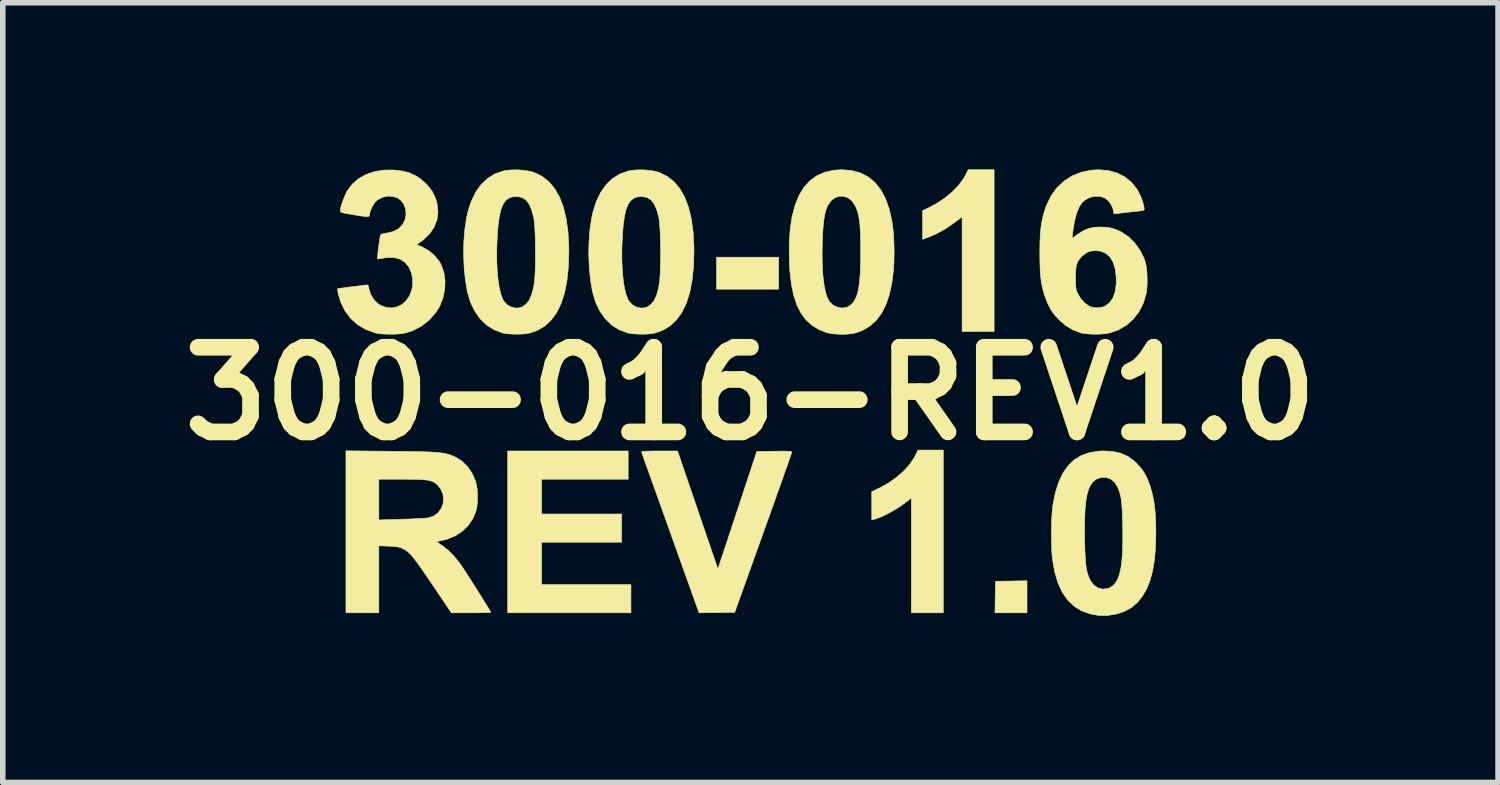
<source format=kicad_pcb>
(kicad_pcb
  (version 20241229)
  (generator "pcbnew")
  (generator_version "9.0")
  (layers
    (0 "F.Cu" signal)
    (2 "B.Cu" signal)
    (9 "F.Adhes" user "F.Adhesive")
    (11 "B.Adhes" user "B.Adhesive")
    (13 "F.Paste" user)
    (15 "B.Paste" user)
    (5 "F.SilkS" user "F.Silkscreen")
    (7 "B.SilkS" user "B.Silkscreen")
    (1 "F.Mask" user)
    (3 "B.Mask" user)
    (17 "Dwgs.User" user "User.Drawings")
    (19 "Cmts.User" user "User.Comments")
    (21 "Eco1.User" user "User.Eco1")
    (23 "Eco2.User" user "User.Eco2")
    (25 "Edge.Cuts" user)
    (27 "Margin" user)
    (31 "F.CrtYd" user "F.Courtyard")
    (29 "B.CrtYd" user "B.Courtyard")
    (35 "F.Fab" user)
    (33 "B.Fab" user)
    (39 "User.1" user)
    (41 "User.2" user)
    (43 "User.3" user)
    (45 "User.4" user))
  (footprint "300-016-REV1.0"
    (layer "F.Cu")
    (at 10.458 4.035)
    (property "Reference" "300-016-REV1.0" (at 0 0 0) (layer "F.SilkS") (effects (font (size 1.524 1.524) (thickness 0.3))))
    (attr through_hole)
    (fp_poly (pts (xy 0.508 -1.88) (xy -0.61 -1.88) (xy -0.61 -2.455) (xy 0.508 -2.455) (xy 0.508 -1.88)) (stroke (width 0.01) (type solid)) (fill yes) (layer "F.SilkS"))
    (fp_poly (pts (xy 4.978 3.945) (xy 4.402 3.945) (xy 4.406 3.662) (xy 4.411 3.378) (xy 4.695 3.374) (xy 4.978 3.369) (xy 4.978 3.945)) (stroke (width 0.01) (type solid)) (fill yes) (layer "F.SilkS"))
    (fp_poly (pts (xy -2.201 1.541) (xy -3.759 1.541) (xy -3.759 2.167) (xy -2.32 2.167) (xy -2.32 2.675) (xy -3.759 2.675) (xy -3.759 3.437) (xy -2.151 3.437) (xy -2.151 3.945) (xy -4.369 3.945) (xy -4.369 1.033) (xy -2.201 1.033) (xy -2.201 1.541)) (stroke (width 0.01) (type solid)) (fill yes) (layer "F.SilkS"))
    (fp_poly (pts (xy 4.386 -1.118) (xy 3.81 -1.118) (xy 3.81 -3.181) (xy 3.67 -3.077) (xy 3.507 -2.965) (xy 3.347 -2.877) (xy 3.21 -2.819) (xy 3.099 -2.777) (xy 3.099 -3.294) (xy 3.213 -3.348) (xy 3.368 -3.432) (xy 3.513 -3.531) (xy 3.644 -3.641) (xy 3.754 -3.758) (xy 3.839 -3.875) (xy 3.862 -3.916) (xy 3.92 -4.03) (xy 4.153 -4.03) (xy 4.386 -4.03) (xy 4.386 -1.118)) (stroke (width 0.01) (type solid)) (fill yes) (layer "F.SilkS"))
    (fp_poly (pts (xy 3.471 3.945) (xy 2.896 3.945) (xy 2.896 1.879) (xy 2.79 1.961) (xy 2.692 2.032) (xy 2.582 2.1) (xy 2.468 2.163) (xy 2.36 2.215) (xy 2.266 2.251) (xy 2.231 2.261) (xy 2.184 2.273) (xy 2.184 1.765) (xy 2.312 1.704) (xy 2.474 1.616) (xy 2.623 1.512) (xy 2.756 1.397) (xy 2.866 1.276) (xy 2.948 1.153) (xy 2.962 1.127) (xy 3.016 1.016) (xy 3.471 1.016) (xy 3.471 3.945)) (stroke (width 0.01) (type solid)) (fill yes) (layer "F.SilkS"))
    (fp_poly (pts (xy -1.312 1.033) (xy -1.103 1.647) (xy -1.047 1.809) (xy -0.988 1.983) (xy -0.927 2.161) (xy -0.868 2.335) (xy -0.812 2.497) (xy -0.764 2.639) (xy -0.739 2.709) (xy -0.586 3.158) (xy -0.235 2.1) (xy 0.115 1.041) (xy 0.43 1.037) (xy 0.545 1.036) (xy 0.63 1.036) (xy 0.689 1.038) (xy 0.725 1.042) (xy 0.742 1.049) (xy 0.744 1.054) (xy 0.739 1.073) (xy 0.722 1.121) (xy 0.696 1.196) (xy 0.661 1.297) (xy 0.617 1.42) (xy 0.567 1.564) (xy 0.509 1.726) (xy 0.446 1.903) (xy 0.378 2.094) (xy 0.305 2.297) (xy 0.23 2.506) (xy -0.283 3.937) (xy -0.604 3.942) (xy -0.925 3.946) (xy -1.438 2.512) (xy -1.513 2.3) (xy -1.586 2.098) (xy -1.654 1.907) (xy -1.718 1.729) (xy -1.776 1.567) (xy -1.827 1.423) (xy -1.872 1.299) (xy -1.908 1.199) (xy -1.935 1.123) (xy -1.952 1.074) (xy -1.959 1.055) (xy -1.959 1.055) (xy -1.956 1.047) (xy -1.938 1.041) (xy -1.902 1.037) (xy -1.842 1.035) (xy -1.756 1.033) (xy -1.641 1.033) (xy -1.64 1.033) (xy -1.312 1.033)) (stroke (width 0.01) (type solid)) (fill yes) (layer "F.SilkS"))
    (fp_poly (pts (xy 1.824 -4.015) (xy 1.982 -3.972) (xy 2.121 -3.899) (xy 2.242 -3.799) (xy 2.345 -3.67) (xy 2.43 -3.512) (xy 2.497 -3.326) (xy 2.545 -3.112) (xy 2.549 -3.091) (xy 2.57 -2.927) (xy 2.582 -2.742) (xy 2.587 -2.548) (xy 2.583 -2.358) (xy 2.575 -2.227) (xy 2.545 -1.988) (xy 2.499 -1.779) (xy 2.437 -1.598) (xy 2.359 -1.444) (xy 2.263 -1.317) (xy 2.149 -1.216) (xy 2.017 -1.138) (xy 1.898 -1.094) (xy 1.809 -1.077) (xy 1.701 -1.068) (xy 1.586 -1.069) (xy 1.475 -1.078) (xy 1.383 -1.095) (xy 1.368 -1.099) (xy 1.225 -1.157) (xy 1.101 -1.235) (xy 0.995 -1.333) (xy 0.907 -1.454) (xy 0.835 -1.598) (xy 0.779 -1.768) (xy 0.738 -1.965) (xy 0.711 -2.191) (xy 0.699 -2.405) (xy 0.699 -2.49) (xy 1.29 -2.49) (xy 1.294 -2.29) (xy 1.306 -2.11) (xy 1.326 -1.954) (xy 1.352 -1.824) (xy 1.385 -1.722) (xy 1.425 -1.652) (xy 1.425 -1.651) (xy 1.492 -1.589) (xy 1.572 -1.552) (xy 1.658 -1.54) (xy 1.74 -1.556) (xy 1.758 -1.565) (xy 1.812 -1.601) (xy 1.858 -1.65) (xy 1.895 -1.715) (xy 1.926 -1.798) (xy 1.949 -1.901) (xy 1.966 -2.028) (xy 1.977 -2.181) (xy 1.983 -2.362) (xy 1.985 -2.574) (xy 1.985 -2.574) (xy 1.983 -2.753) (xy 1.979 -2.902) (xy 1.972 -3.027) (xy 1.96 -3.13) (xy 1.945 -3.216) (xy 1.924 -3.29) (xy 1.899 -3.356) (xy 1.884 -3.386) (xy 1.826 -3.47) (xy 1.756 -3.525) (xy 1.678 -3.553) (xy 1.598 -3.552) (xy 1.521 -3.526) (xy 1.452 -3.472) (xy 1.395 -3.394) (xy 1.365 -3.324) (xy 1.344 -3.25) (xy 1.328 -3.168) (xy 1.315 -3.072) (xy 1.305 -2.956) (xy 1.297 -2.815) (xy 1.293 -2.709) (xy 1.29 -2.49) (xy 0.699 -2.49) (xy 0.698 -2.694) (xy 0.715 -2.954) (xy 0.75 -3.186) (xy 0.803 -3.389) (xy 0.873 -3.564) (xy 0.962 -3.711) (xy 1.069 -3.83) (xy 1.195 -3.922) (xy 1.339 -3.985) (xy 1.501 -4.021) (xy 1.649 -4.03) (xy 1.824 -4.015)) (stroke (width 0.01) (type solid)) (fill yes) (layer "F.SilkS"))
    (fp_poly (pts (xy -4.08 -4.02) (xy -3.974 -4.003) (xy -3.891 -3.98) (xy -3.749 -3.909) (xy -3.626 -3.812) (xy -3.522 -3.687) (xy -3.435 -3.535) (xy -3.367 -3.355) (xy -3.317 -3.147) (xy -3.284 -2.911) (xy -3.269 -2.646) (xy -3.268 -2.556) (xy -3.277 -2.279) (xy -3.303 -2.032) (xy -3.346 -1.813) (xy -3.408 -1.622) (xy -3.487 -1.46) (xy -3.585 -1.325) (xy -3.7 -1.218) (xy -3.834 -1.138) (xy -3.967 -1.091) (xy -4.046 -1.077) (xy -4.145 -1.07) (xy -4.254 -1.07) (xy -4.358 -1.076) (xy -4.446 -1.088) (xy -4.469 -1.094) (xy -4.618 -1.151) (xy -4.752 -1.237) (xy -4.868 -1.35) (xy -4.964 -1.488) (xy -5.041 -1.649) (xy -5.095 -1.832) (xy -5.096 -1.837) (xy -5.131 -2.044) (xy -5.154 -2.268) (xy -5.159 -2.418) (xy -4.567 -2.418) (xy -4.559 -2.23) (xy -4.544 -2.061) (xy -4.522 -1.913) (xy -4.493 -1.79) (xy -4.457 -1.696) (xy -4.432 -1.654) (xy -4.373 -1.594) (xy -4.297 -1.555) (xy -4.216 -1.539) (xy -4.138 -1.548) (xy -4.109 -1.56) (xy -4.042 -1.607) (xy -3.987 -1.673) (xy -3.945 -1.763) (xy -3.911 -1.879) (xy -3.893 -1.973) (xy -3.884 -2.047) (xy -3.877 -2.147) (xy -3.873 -2.267) (xy -3.87 -2.4) (xy -3.87 -2.541) (xy -3.871 -2.682) (xy -3.874 -2.818) (xy -3.879 -2.943) (xy -3.886 -3.05) (xy -3.895 -3.134) (xy -3.902 -3.174) (xy -3.938 -3.306) (xy -3.982 -3.408) (xy -4.036 -3.48) (xy -4.102 -3.525) (xy -4.181 -3.546) (xy -4.216 -3.548) (xy -4.293 -3.54) (xy -4.358 -3.514) (xy -4.412 -3.469) (xy -4.456 -3.402) (xy -4.492 -3.31) (xy -4.519 -3.192) (xy -4.54 -3.045) (xy -4.555 -2.868) (xy -4.557 -2.835) (xy -4.566 -2.62) (xy -4.567 -2.418) (xy -5.159 -2.418) (xy -5.163 -2.5) (xy -5.159 -2.731) (xy -5.141 -2.953) (xy -5.111 -3.158) (xy -5.088 -3.267) (xy -5.026 -3.458) (xy -4.947 -3.624) (xy -4.849 -3.762) (xy -4.733 -3.872) (xy -4.601 -3.954) (xy -4.453 -4.006) (xy -4.411 -4.015) (xy -4.311 -4.026) (xy -4.197 -4.028) (xy -4.08 -4.02)) (stroke (width 0.01) (type solid)) (fill yes) (layer "F.SilkS"))
    (fp_poly (pts (xy -1.828 -4.02) (xy -1.722 -4.003) (xy -1.639 -3.98) (xy -1.497 -3.909) (xy -1.374 -3.812) (xy -1.27 -3.687) (xy -1.183 -3.535) (xy -1.115 -3.355) (xy -1.065 -3.147) (xy -1.032 -2.911) (xy -1.017 -2.646) (xy -1.016 -2.556) (xy -1.025 -2.279) (xy -1.051 -2.032) (xy -1.094 -1.813) (xy -1.156 -1.622) (xy -1.235 -1.46) (xy -1.333 -1.325) (xy -1.448 -1.218) (xy -1.582 -1.138) (xy -1.715 -1.091) (xy -1.794 -1.077) (xy -1.893 -1.07) (xy -2.001 -1.07) (xy -2.106 -1.076) (xy -2.194 -1.088) (xy -2.216 -1.094) (xy -2.366 -1.151) (xy -2.5 -1.237) (xy -2.615 -1.35) (xy -2.712 -1.488) (xy -2.789 -1.649) (xy -2.842 -1.832) (xy -2.844 -1.837) (xy -2.879 -2.044) (xy -2.901 -2.268) (xy -2.907 -2.418) (xy -2.315 -2.418) (xy -2.307 -2.23) (xy -2.292 -2.061) (xy -2.27 -1.913) (xy -2.241 -1.79) (xy -2.205 -1.696) (xy -2.18 -1.654) (xy -2.121 -1.594) (xy -2.045 -1.555) (xy -1.964 -1.539) (xy -1.886 -1.548) (xy -1.857 -1.56) (xy -1.79 -1.607) (xy -1.735 -1.673) (xy -1.692 -1.763) (xy -1.659 -1.879) (xy -1.641 -1.973) (xy -1.632 -2.047) (xy -1.625 -2.147) (xy -1.621 -2.267) (xy -1.618 -2.4) (xy -1.617 -2.541) (xy -1.619 -2.682) (xy -1.622 -2.818) (xy -1.627 -2.943) (xy -1.634 -3.05) (xy -1.643 -3.134) (xy -1.65 -3.174) (xy -1.686 -3.306) (xy -1.73 -3.408) (xy -1.784 -3.48) (xy -1.849 -3.525) (xy -1.929 -3.546) (xy -1.964 -3.548) (xy -2.041 -3.54) (xy -2.106 -3.514) (xy -2.16 -3.469) (xy -2.204 -3.402) (xy -2.24 -3.31) (xy -2.267 -3.192) (xy -2.288 -3.045) (xy -2.303 -2.868) (xy -2.305 -2.835) (xy -2.314 -2.62) (xy -2.315 -2.418) (xy -2.907 -2.418) (xy -2.911 -2.5) (xy -2.906 -2.731) (xy -2.889 -2.953) (xy -2.859 -3.158) (xy -2.835 -3.267) (xy -2.774 -3.458) (xy -2.694 -3.624) (xy -2.597 -3.762) (xy -2.481 -3.872) (xy -2.349 -3.954) (xy -2.2 -4.006) (xy -2.159 -4.015) (xy -2.059 -4.026) (xy -1.945 -4.028) (xy -1.828 -4.02)) (stroke (width 0.01) (type solid)) (fill yes) (layer "F.SilkS"))
    (fp_poly (pts (xy 6.524 1.042) (xy 6.667 1.074) (xy 6.793 1.13) (xy 6.906 1.212) (xy 6.969 1.273) (xy 7.041 1.355) (xy 7.097 1.439) (xy 7.145 1.534) (xy 7.189 1.651) (xy 7.195 1.668) (xy 7.233 1.801) (xy 7.262 1.941) (xy 7.282 2.096) (xy 7.294 2.271) (xy 7.298 2.472) (xy 7.298 2.508) (xy 7.292 2.763) (xy 7.273 2.988) (xy 7.24 3.187) (xy 7.194 3.361) (xy 7.133 3.513) (xy 7.056 3.646) (xy 6.972 3.753) (xy 6.864 3.847) (xy 6.734 3.919) (xy 6.588 3.968) (xy 6.432 3.993) (xy 6.27 3.993) (xy 6.112 3.965) (xy 5.958 3.909) (xy 5.823 3.825) (xy 5.708 3.713) (xy 5.612 3.574) (xy 5.535 3.407) (xy 5.477 3.212) (xy 5.438 2.989) (xy 5.436 2.98) (xy 5.426 2.866) (xy 5.42 2.73) (xy 5.417 2.58) (xy 5.418 2.458) (xy 6.014 2.458) (xy 6.016 2.646) (xy 6.02 2.806) (xy 6.026 2.937) (xy 6.033 3.044) (xy 6.044 3.131) (xy 6.058 3.203) (xy 6.076 3.266) (xy 6.099 3.323) (xy 6.124 3.372) (xy 6.183 3.449) (xy 6.257 3.499) (xy 6.341 3.519) (xy 6.43 3.509) (xy 6.458 3.499) (xy 6.518 3.464) (xy 6.568 3.413) (xy 6.61 3.343) (xy 6.643 3.252) (xy 6.669 3.138) (xy 6.687 3) (xy 6.698 2.834) (xy 6.703 2.64) (xy 6.702 2.414) (xy 6.701 2.375) (xy 6.697 2.218) (xy 6.691 2.09) (xy 6.684 1.986) (xy 6.674 1.901) (xy 6.66 1.829) (xy 6.642 1.766) (xy 6.619 1.706) (xy 6.602 1.667) (xy 6.549 1.589) (xy 6.479 1.535) (xy 6.398 1.508) (xy 6.312 1.508) (xy 6.228 1.539) (xy 6.21 1.55) (xy 6.16 1.594) (xy 6.118 1.653) (xy 6.084 1.729) (xy 6.057 1.826) (xy 6.037 1.945) (xy 6.023 2.088) (xy 6.016 2.258) (xy 6.014 2.458) (xy 5.418 2.458) (xy 5.418 2.426) (xy 5.422 2.276) (xy 5.43 2.14) (xy 5.442 2.027) (xy 5.444 2.007) (xy 5.488 1.786) (xy 5.548 1.594) (xy 5.625 1.43) (xy 5.72 1.296) (xy 5.833 1.189) (xy 5.964 1.11) (xy 6.113 1.059) (xy 6.281 1.034) (xy 6.359 1.032) (xy 6.524 1.042)) (stroke (width 0.01) (type solid)) (fill yes) (layer "F.SilkS"))
    (fp_poly (pts (xy -6.464 1.038) (xy -6.258 1.04) (xy -6.083 1.042) (xy -5.935 1.045) (xy -5.811 1.049) (xy -5.708 1.054) (xy -5.623 1.061) (xy -5.552 1.069) (xy -5.493 1.079) (xy -5.441 1.092) (xy -5.394 1.107) (xy -5.349 1.126) (xy -5.304 1.146) (xy -5.191 1.217) (xy -5.092 1.315) (xy -5.01 1.435) (xy -4.951 1.569) (xy -4.937 1.618) (xy -4.92 1.71) (xy -4.913 1.819) (xy -4.913 1.932) (xy -4.923 2.035) (xy -4.934 2.094) (xy -4.989 2.237) (xy -5.073 2.364) (xy -5.181 2.472) (xy -5.311 2.559) (xy -5.462 2.621) (xy -5.549 2.643) (xy -5.652 2.665) (xy -5.538 2.745) (xy -5.438 2.823) (xy -5.346 2.915) (xy -5.253 3.028) (xy -5.207 3.09) (xy -5.18 3.129) (xy -5.141 3.189) (xy -5.093 3.264) (xy -5.037 3.351) (xy -4.977 3.444) (xy -4.916 3.541) (xy -4.856 3.636) (xy -4.801 3.725) (xy -4.752 3.804) (xy -4.713 3.868) (xy -4.686 3.913) (xy -4.674 3.935) (xy -4.674 3.936) (xy -4.69 3.939) (xy -4.735 3.941) (xy -4.804 3.943) (xy -4.892 3.945) (xy -4.994 3.945) (xy -5.028 3.945) (xy -5.383 3.945) (xy -5.682 3.501) (xy -5.785 3.349) (xy -5.872 3.222) (xy -5.944 3.118) (xy -6.004 3.035) (xy -6.054 2.969) (xy -6.097 2.917) (xy -6.133 2.878) (xy -6.166 2.848) (xy -6.198 2.824) (xy -6.23 2.805) (xy -6.234 2.803) (xy -6.279 2.78) (xy -6.321 2.765) (xy -6.371 2.756) (xy -6.437 2.75) (xy -6.506 2.746) (xy -6.689 2.739) (xy -6.689 3.945) (xy -7.281 3.945) (xy -7.281 1.541) (xy -6.689 1.541) (xy -6.689 2.274) (xy -6.278 2.262) (xy -6.159 2.258) (xy -6.047 2.253) (xy -5.949 2.248) (xy -5.869 2.243) (xy -5.814 2.239) (xy -5.795 2.236) (xy -5.7 2.203) (xy -5.624 2.147) (xy -5.568 2.072) (xy -5.534 1.985) (xy -5.523 1.892) (xy -5.538 1.798) (xy -5.58 1.708) (xy -5.628 1.649) (xy -5.661 1.619) (xy -5.696 1.595) (xy -5.737 1.576) (xy -5.789 1.562) (xy -5.854 1.553) (xy -5.938 1.546) (xy -6.045 1.543) (xy -6.179 1.541) (xy -6.283 1.541) (xy -6.689 1.541) (xy -7.281 1.541) (xy -7.281 1.03) (xy -6.464 1.038)) (stroke (width 0.01) (type solid)) (fill yes) (layer "F.SilkS"))
    (fp_poly (pts (xy 6.441 -4.015) (xy 6.599 -3.971) (xy 6.739 -3.9) (xy 6.859 -3.802) (xy 6.958 -3.679) (xy 7.034 -3.532) (xy 7.077 -3.397) (xy 7.087 -3.34) (xy 7.085 -3.309) (xy 7.079 -3.302) (xy 7.056 -3.296) (xy 7.006 -3.288) (xy 6.937 -3.28) (xy 6.856 -3.271) (xy 6.853 -3.27) (xy 6.768 -3.262) (xy 6.689 -3.253) (xy 6.627 -3.245) (xy 6.591 -3.24) (xy 6.554 -3.236) (xy 6.539 -3.247) (xy 6.536 -3.271) (xy 6.524 -3.334) (xy 6.491 -3.404) (xy 6.445 -3.468) (xy 6.393 -3.514) (xy 6.386 -3.519) (xy 6.298 -3.55) (xy 6.202 -3.553) (xy 6.106 -3.531) (xy 6.019 -3.483) (xy 5.974 -3.444) (xy 5.919 -3.363) (xy 5.872 -3.25) (xy 5.834 -3.105) (xy 5.804 -2.926) (xy 5.8 -2.89) (xy 5.789 -2.792) (xy 5.891 -2.868) (xy 5.996 -2.934) (xy 6.098 -2.976) (xy 6.211 -2.996) (xy 6.298 -2.999) (xy 6.413 -2.994) (xy 6.509 -2.977) (xy 6.601 -2.945) (xy 6.68 -2.907) (xy 6.804 -2.823) (xy 6.916 -2.713) (xy 7.011 -2.582) (xy 7.084 -2.436) (xy 7.105 -2.376) (xy 7.124 -2.294) (xy 7.136 -2.189) (xy 7.141 -2.074) (xy 7.14 -1.957) (xy 7.132 -1.852) (xy 7.122 -1.795) (xy 7.071 -1.625) (xy 6.993 -1.473) (xy 6.89 -1.34) (xy 6.766 -1.231) (xy 6.623 -1.147) (xy 6.475 -1.094) (xy 6.386 -1.078) (xy 6.278 -1.07) (xy 6.163 -1.069) (xy 6.054 -1.076) (xy 5.962 -1.089) (xy 5.945 -1.094) (xy 5.809 -1.145) (xy 5.679 -1.224) (xy 5.577 -1.309) (xy 5.485 -1.404) (xy 5.413 -1.502) (xy 5.355 -1.613) (xy 5.316 -1.709) (xy 5.282 -1.81) (xy 5.256 -1.908) (xy 5.236 -2.01) (xy 5.226 -2.091) (xy 5.85 -2.091) (xy 5.851 -2) (xy 5.855 -1.933) (xy 5.862 -1.884) (xy 5.873 -1.842) (xy 5.89 -1.802) (xy 5.944 -1.712) (xy 6.017 -1.632) (xy 6.099 -1.572) (xy 6.104 -1.569) (xy 6.177 -1.547) (xy 6.263 -1.544) (xy 6.347 -1.56) (xy 6.384 -1.575) (xy 6.465 -1.635) (xy 6.525 -1.721) (xy 6.565 -1.835) (xy 6.584 -1.974) (xy 6.583 -2.1) (xy 6.566 -2.245) (xy 6.528 -2.365) (xy 6.472 -2.459) (xy 6.397 -2.525) (xy 6.305 -2.564) (xy 6.216 -2.574) (xy 6.125 -2.566) (xy 6.053 -2.539) (xy 5.986 -2.489) (xy 5.98 -2.484) (xy 5.928 -2.429) (xy 5.892 -2.376) (xy 5.869 -2.316) (xy 5.856 -2.241) (xy 5.851 -2.144) (xy 5.85 -2.091) (xy 5.226 -2.091) (xy 5.222 -2.121) (xy 5.214 -2.248) (xy 5.21 -2.397) (xy 5.209 -2.54) (xy 5.211 -2.72) (xy 5.218 -2.873) (xy 5.231 -3.006) (xy 5.251 -3.124) (xy 5.278 -3.235) (xy 5.313 -3.346) (xy 5.333 -3.398) (xy 5.415 -3.565) (xy 5.52 -3.709) (xy 5.648 -3.828) (xy 5.794 -3.921) (xy 5.958 -3.986) (xy 6.137 -4.022) (xy 6.265 -4.03) (xy 6.441 -4.015)) (stroke (width 0.01) (type solid)) (fill yes) (layer "F.SilkS"))
    (fp_poly (pts (xy -6.274 -4.008) (xy -6.142 -3.975) (xy -6.026 -3.922) (xy -5.946 -3.87) (xy -5.822 -3.761) (xy -5.728 -3.641) (xy -5.665 -3.507) (xy -5.639 -3.412) (xy -5.625 -3.267) (xy -5.643 -3.127) (xy -5.694 -2.997) (xy -5.775 -2.877) (xy -5.886 -2.771) (xy -5.908 -2.754) (xy -6.007 -2.681) (xy -5.897 -2.633) (xy -5.785 -2.569) (xy -5.683 -2.48) (xy -5.6 -2.377) (xy -5.565 -2.314) (xy -5.517 -2.175) (xy -5.497 -2.024) (xy -5.503 -1.869) (xy -5.537 -1.715) (xy -5.595 -1.569) (xy -5.663 -1.46) (xy -5.783 -1.325) (xy -5.923 -1.215) (xy -6.081 -1.133) (xy -6.205 -1.093) (xy -6.288 -1.078) (xy -6.392 -1.07) (xy -6.505 -1.069) (xy -6.616 -1.073) (xy -6.712 -1.084) (xy -6.756 -1.094) (xy -6.923 -1.154) (xy -7.07 -1.241) (xy -7.195 -1.353) (xy -7.297 -1.489) (xy -7.374 -1.645) (xy -7.411 -1.766) (xy -7.424 -1.823) (xy -7.431 -1.867) (xy -7.432 -1.886) (xy -7.432 -1.887) (xy -7.414 -1.891) (xy -7.368 -1.898) (xy -7.301 -1.907) (xy -7.22 -1.918) (xy -7.197 -1.921) (xy -7.108 -1.931) (xy -7.029 -1.941) (xy -6.966 -1.949) (xy -6.927 -1.955) (xy -6.923 -1.955) (xy -6.895 -1.957) (xy -6.88 -1.944) (xy -6.871 -1.908) (xy -6.868 -1.89) (xy -6.837 -1.788) (xy -6.781 -1.695) (xy -6.706 -1.62) (xy -6.657 -1.588) (xy -6.552 -1.55) (xy -6.451 -1.542) (xy -6.356 -1.562) (xy -6.27 -1.606) (xy -6.197 -1.672) (xy -6.139 -1.756) (xy -6.098 -1.855) (xy -6.079 -1.966) (xy -6.084 -2.086) (xy -6.104 -2.177) (xy -6.151 -2.284) (xy -6.22 -2.365) (xy -6.309 -2.421) (xy -6.416 -2.449) (xy -6.541 -2.45) (xy -6.621 -2.437) (xy -6.671 -2.427) (xy -6.705 -2.423) (xy -6.714 -2.424) (xy -6.714 -2.442) (xy -6.71 -2.486) (xy -6.704 -2.547) (xy -6.695 -2.618) (xy -6.686 -2.691) (xy -6.676 -2.759) (xy -6.668 -2.813) (xy -6.663 -2.839) (xy -6.653 -2.86) (xy -6.627 -2.874) (xy -6.579 -2.884) (xy -6.558 -2.887) (xy -6.435 -2.915) (xy -6.337 -2.965) (xy -6.264 -3.037) (xy -6.217 -3.131) (xy -6.199 -3.23) (xy -6.208 -3.327) (xy -6.242 -3.414) (xy -6.299 -3.486) (xy -6.343 -3.518) (xy -6.432 -3.55) (xy -6.529 -3.555) (xy -6.626 -3.533) (xy -6.712 -3.487) (xy -6.751 -3.452) (xy -6.785 -3.405) (xy -6.819 -3.343) (xy -6.845 -3.28) (xy -6.857 -3.229) (xy -6.858 -3.222) (xy -6.859 -3.204) (xy -6.865 -3.193) (xy -6.88 -3.187) (xy -6.91 -3.186) (xy -6.958 -3.191) (xy -7.03 -3.201) (xy -7.129 -3.217) (xy -7.15 -3.221) (xy -7.243 -3.236) (xy -7.307 -3.248) (xy -7.348 -3.258) (xy -7.371 -3.268) (xy -7.381 -3.28) (xy -7.383 -3.295) (xy -7.383 -3.295) (xy -7.376 -3.34) (xy -7.358 -3.405) (xy -7.332 -3.48) (xy -7.302 -3.556) (xy -7.271 -3.624) (xy -7.256 -3.651) (xy -7.166 -3.771) (xy -7.052 -3.87) (xy -6.917 -3.945) (xy -6.762 -3.997) (xy -6.591 -4.024) (xy -6.428 -4.025) (xy -6.274 -4.008)) (stroke (width 0.01) (type solid)) (fill yes) (layer "F.SilkS")))
  (gr_rect
    (start -3 -3)
    (end 23.915 11.034)
    (stroke (width 0.1) (type default))
    (fill no)
    (layer "Edge.Cuts")))
</source>
